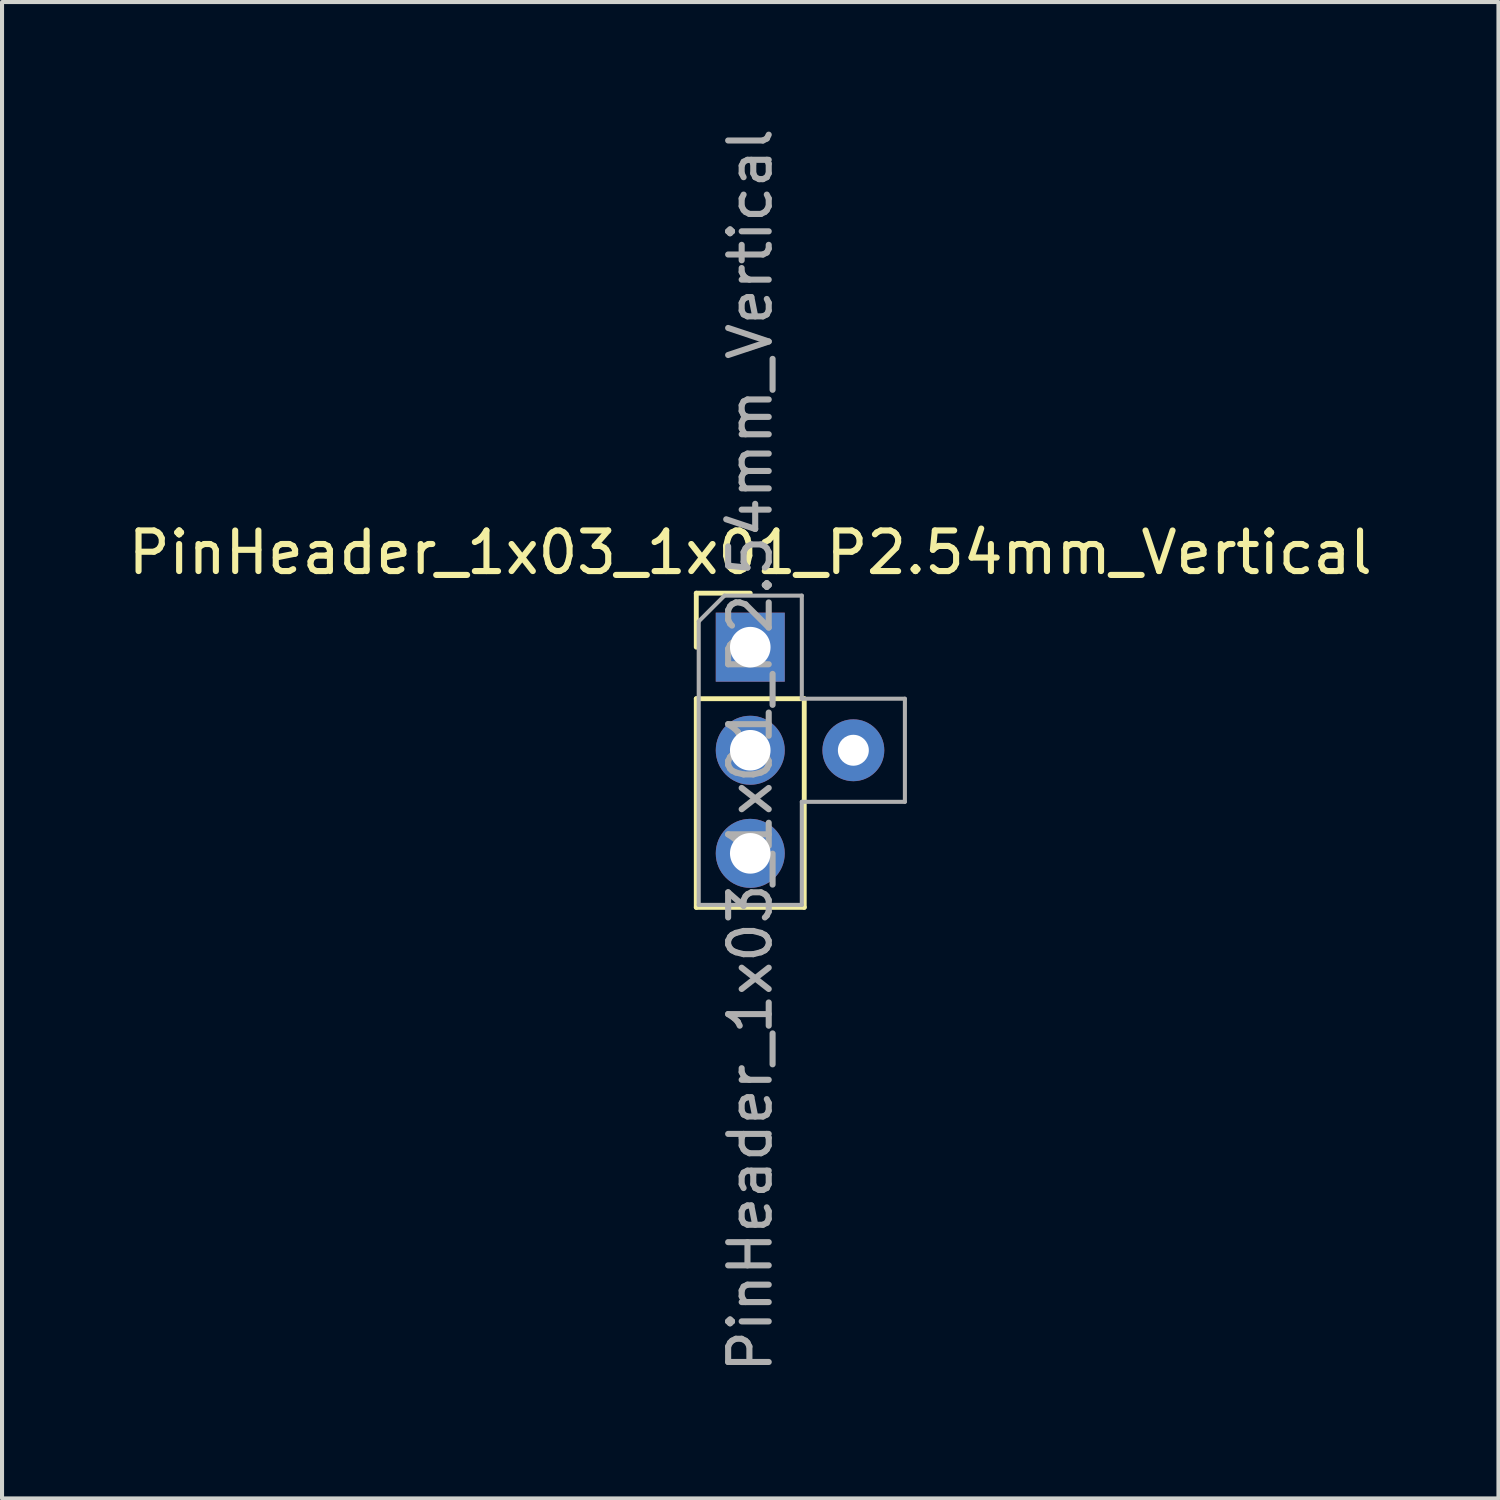
<source format=kicad_pcb>
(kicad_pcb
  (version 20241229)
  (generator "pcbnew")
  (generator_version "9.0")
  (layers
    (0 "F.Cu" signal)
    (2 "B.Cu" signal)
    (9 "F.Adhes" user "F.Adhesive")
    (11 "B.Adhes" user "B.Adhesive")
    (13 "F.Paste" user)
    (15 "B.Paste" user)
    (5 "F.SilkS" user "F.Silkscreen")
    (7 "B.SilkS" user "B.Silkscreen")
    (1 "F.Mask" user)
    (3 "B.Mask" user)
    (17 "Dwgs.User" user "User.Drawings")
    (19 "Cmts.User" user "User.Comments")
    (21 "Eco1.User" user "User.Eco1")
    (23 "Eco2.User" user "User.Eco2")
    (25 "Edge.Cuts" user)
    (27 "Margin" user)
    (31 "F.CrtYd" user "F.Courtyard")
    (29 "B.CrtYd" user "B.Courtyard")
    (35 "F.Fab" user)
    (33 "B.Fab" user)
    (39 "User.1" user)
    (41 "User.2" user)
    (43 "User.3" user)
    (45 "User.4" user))
  (footprint "PinHeader_1x03_1x01_P2.54mm_Vertical"
    (layer "F.Cu")
    (at 15.435 12.895)
    (property "Reference" "PinHeader_1x03_1x01_P2.54mm_Vertical" (at 0 -2.33 0) (layer "F.SilkS") (effects (font (size 1 1) (thickness 0.15))))
    (attr through_hole)
    (fp_line (start -1.33 -1.33) (end 0 -1.33) (stroke (width 0.12) (type solid)) (layer "F.SilkS"))
    (fp_line (start -1.33 0) (end -1.33 -1.33) (stroke (width 0.12) (type solid)) (layer "F.SilkS"))
    (fp_line (start -1.33 1.27) (end -1.33 6.41) (stroke (width 0.12) (type solid)) (layer "F.SilkS"))
    (fp_line (start -1.33 1.27) (end 1.33 1.27) (stroke (width 0.12) (type solid)) (layer "F.SilkS"))
    (fp_line (start -1.33 6.41) (end 1.33 6.41) (stroke (width 0.12) (type solid)) (layer "F.SilkS"))
    (fp_line (start 1.33 1.27) (end 1.33 6.41) (stroke (width 0.12) (type solid)) (layer "F.SilkS"))
    (fp_line (start -1.27 -0.635) (end -0.635 -1.27) (stroke (width 0.1) (type solid)) (layer "F.Fab"))
    (fp_line (start -1.27 6.35) (end -1.27 -0.635) (stroke (width 0.1) (type solid)) (layer "F.Fab"))
    (fp_line (start -0.635 -1.27) (end 1.27 -1.27) (stroke (width 0.1) (type solid)) (layer "F.Fab"))
    (fp_line (start 1.27 -1.27) (end 1.27 1.27) (stroke (width 0.1) (type solid)) (layer "F.Fab"))
    (fp_line (start 1.27 1.27) (end 3.81 1.27) (stroke (width 0.1) (type solid)) (layer "F.Fab"))
    (fp_line (start 1.27 3.81) (end 1.27 6.35) (stroke (width 0.1) (type solid)) (layer "F.Fab"))
    (fp_line (start 1.27 6.35) (end -1.27 6.35) (stroke (width 0.1) (type solid)) (layer "F.Fab"))
    (fp_line (start 3.81 1.27) (end 3.81 3.81) (stroke (width 0.1) (type solid)) (layer "F.Fab"))
    (fp_line (start 3.81 3.81) (end 1.27 3.81) (stroke (width 0.1) (type solid)) (layer "F.Fab"))
    (fp_text user "${REFERENCE}" (at 0 2.54 90) (layer "F.Fab") (effects (font (size 1 1) (thickness 0.15))))
    (pad "1" thru_hole rect (at 0 0) (size 1.7 1.7) (drill 1) (layers "*.Cu" "*.Mask"))
    (pad "2" thru_hole oval (at 0 2.54) (size 1.7 1.7) (drill 1) (layers "*.Cu" "*.Mask"))
    (pad "3" thru_hole oval (at 0 5.08) (size 1.7 1.7) (drill 1) (layers "*.Cu" "*.Mask"))
    (pad "4" thru_hole circle (at 2.54 2.54) (size 1.524 1.524) (drill 0.762) (layers "*.Cu" "*.Mask")))
  (gr_rect
    (start -3 -3)
    (end 33.869 33.869)
    (stroke (width 0.1) (type default))
    (fill no)
    (layer "Edge.Cuts")))
</source>
